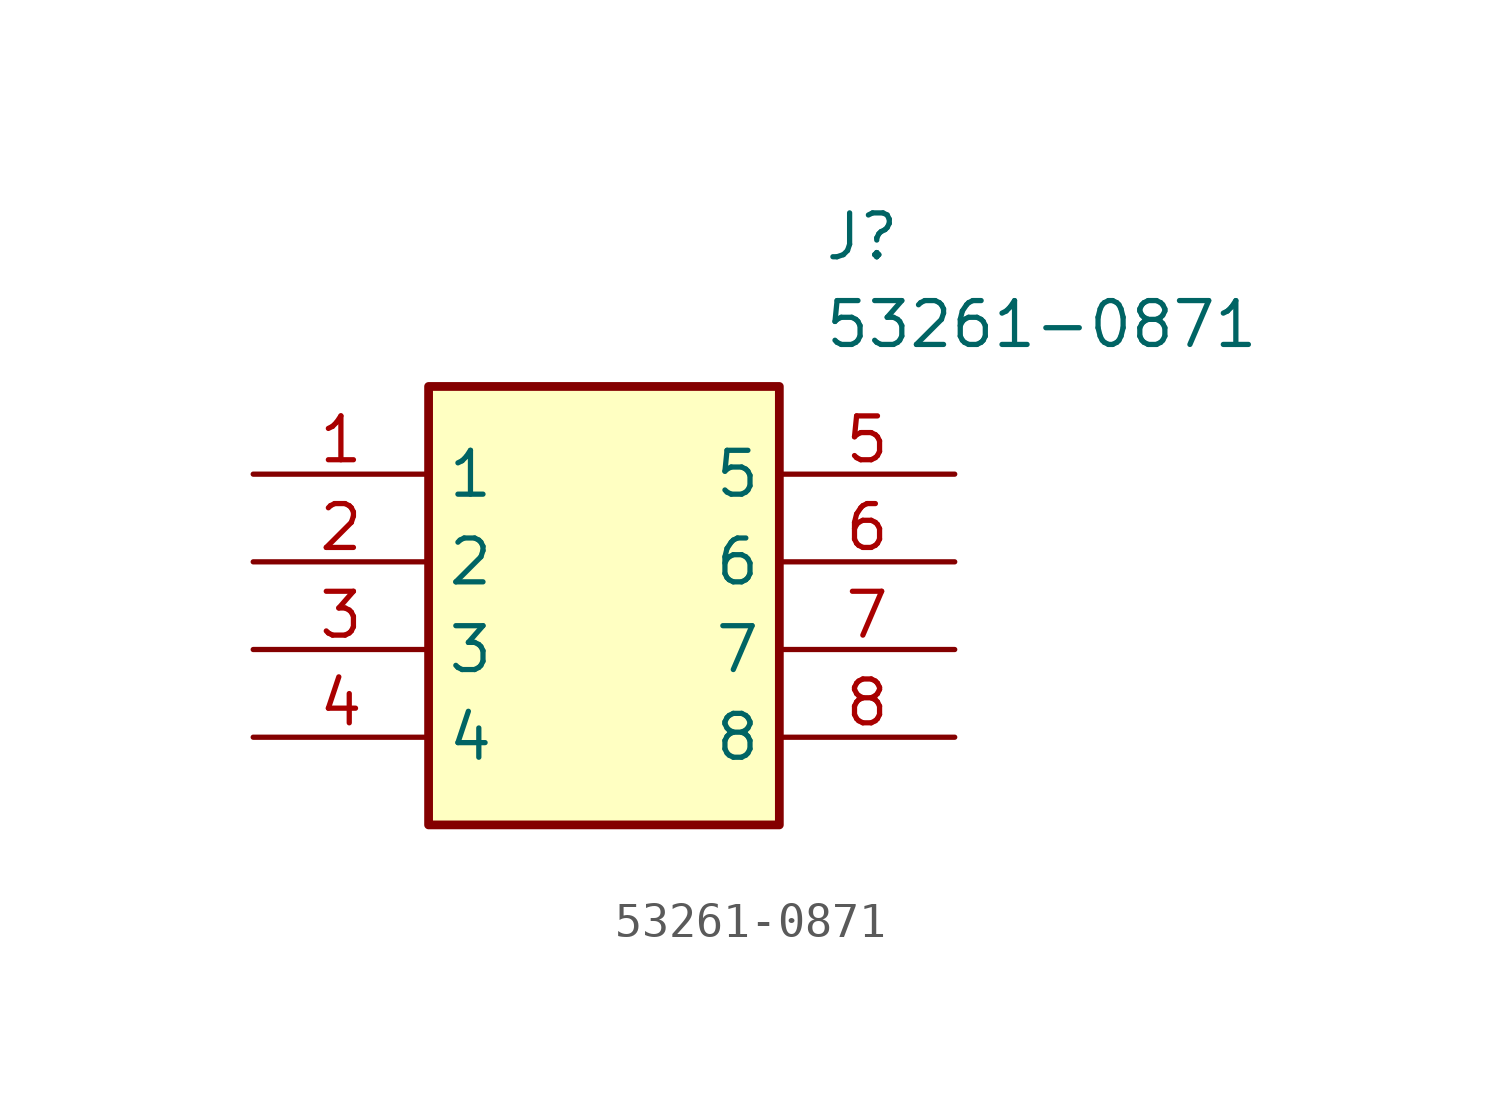
<source format=kicad_sym>
(kicad_symbol_lib
  (version 20211014)
  (generator SamacSys_ECAD_Model)
  (symbol "53261-0871"
    (property "Reference" "J"
      (at 16.51 7.62 0)
      (effects (font (size 1.27 1.27)) (justify left top)))
    (property "Value" "53261-0871"
      (at 16.51 5.08 0)
      (effects (font (size 1.27 1.27)) (justify left top)))
    (rectangle
      (start 5.08 2.54)
      (end 15.24 -10.16)
      (stroke (width 0.254) (type default))
      (fill (type background)))
    (pin passive line
      (at 0 0 0)
      (length 5.08)
      (name "1" (effects (font (size 1.27 1.27))))
      (number "1" (effects (font (size 1.27 1.27)))))
    (pin passive line
      (at 0 -2.54 0)
      (length 5.08)
      (name "2" (effects (font (size 1.27 1.27))))
      (number "2" (effects (font (size 1.27 1.27)))))
    (pin passive line
      (at 0 -5.08 0)
      (length 5.08)
      (name "3" (effects (font (size 1.27 1.27))))
      (number "3" (effects (font (size 1.27 1.27)))))
    (pin passive line
      (at 0 -7.62 0)
      (length 5.08)
      (name "4" (effects (font (size 1.27 1.27))))
      (number "4" (effects (font (size 1.27 1.27)))))
    (pin passive line
      (at 20.32 0 180)
      (length 5.08)
      (name "5" (effects (font (size 1.27 1.27))))
      (number "5" (effects (font (size 1.27 1.27)))))
    (pin passive line
      (at 20.32 -2.54 180)
      (length 5.08)
      (name "6" (effects (font (size 1.27 1.27))))
      (number "6" (effects (font (size 1.27 1.27)))))
    (pin passive line
      (at 20.32 -5.08 180)
      (length 5.08)
      (name "7" (effects (font (size 1.27 1.27))))
      (number "7" (effects (font (size 1.27 1.27)))))
    (pin passive line
      (at 20.32 -7.62 180)
      (length 5.08)
      (name "8" (effects (font (size 1.27 1.27))))
      (number "8" (effects (font (size 1.27 1.27)))))))
</source>
